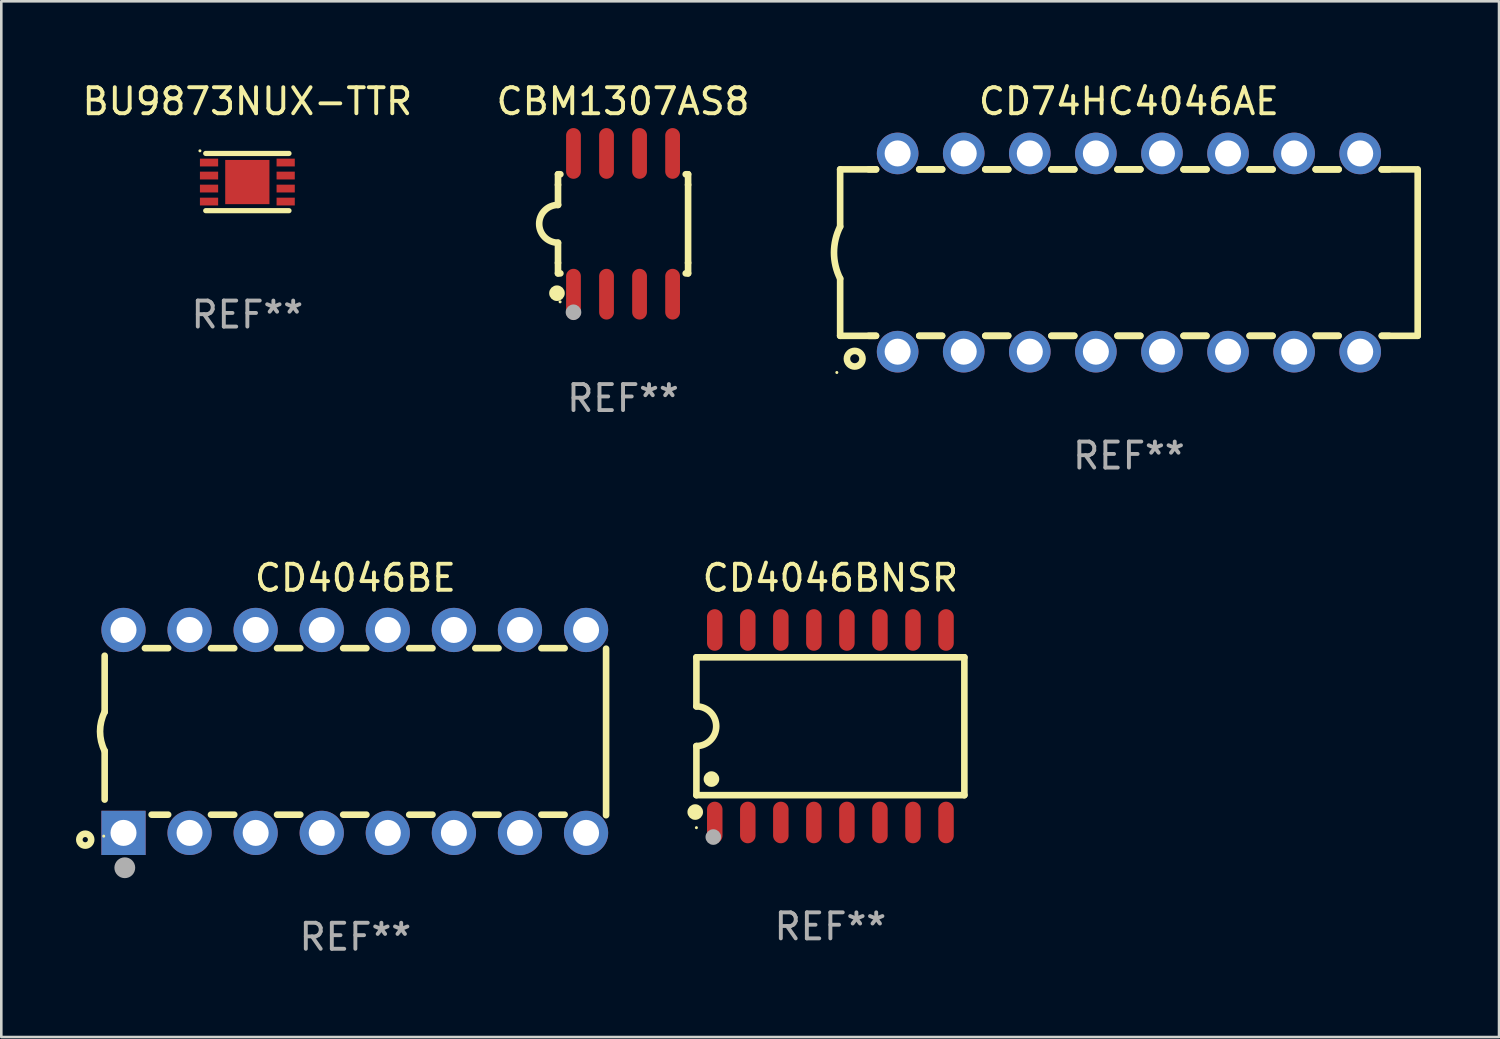
<source format=kicad_pcb>
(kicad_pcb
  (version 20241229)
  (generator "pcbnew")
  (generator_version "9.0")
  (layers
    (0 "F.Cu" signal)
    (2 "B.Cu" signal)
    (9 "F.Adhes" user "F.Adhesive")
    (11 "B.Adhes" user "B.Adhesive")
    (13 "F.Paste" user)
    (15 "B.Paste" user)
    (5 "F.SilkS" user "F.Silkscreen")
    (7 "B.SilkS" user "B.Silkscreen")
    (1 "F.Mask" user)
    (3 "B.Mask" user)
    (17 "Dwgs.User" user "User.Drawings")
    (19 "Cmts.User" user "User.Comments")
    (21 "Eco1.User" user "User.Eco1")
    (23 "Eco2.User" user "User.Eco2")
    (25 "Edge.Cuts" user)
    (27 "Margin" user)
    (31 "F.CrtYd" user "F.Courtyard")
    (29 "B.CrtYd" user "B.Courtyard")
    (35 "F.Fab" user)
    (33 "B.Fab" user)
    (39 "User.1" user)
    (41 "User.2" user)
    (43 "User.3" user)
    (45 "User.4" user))
  (footprint "CD4046BNSR"
    (layer "F.Cu")
    (at 28.869 24.865)
    (property "Reference" "CD4046BNSR" (at 0 -5.7 0) (layer "F.SilkS") (effects (font (size 1 1) (thickness 0.15))))
    (attr through_hole)
    (fp_line (start -5.15 -2.65) (end -5.15 -0.762) (stroke (width 0.254) (type solid)) (layer "F.SilkS"))
    (fp_line (start -5.15 -2.65) (end 5.15 -2.65) (stroke (width 0.254) (type solid)) (layer "F.SilkS"))
    (fp_line (start -5.15 2.65) (end -5.15 0.762) (stroke (width 0.254) (type solid)) (layer "F.SilkS"))
    (fp_line (start 5.15 -2.65) (end 5.15 2.65) (stroke (width 0.254) (type solid)) (layer "F.SilkS"))
    (fp_line (start 5.15 2.65) (end -5.15 2.65) (stroke (width 0.254) (type solid)) (layer "F.SilkS"))
    (fp_arc (start -5.151131 -0.762003) (mid -4.389128 -0.000559) (end -5.150013 0.762002) (stroke (width 0.254001) (type solid)) (layer "F.SilkS"))
    (fp_circle (center -5.195 3.299) (end -5.045 3.299) (stroke (width 0.3) (type solid)) (fill no) (layer "F.SilkS"))
    (fp_circle (center -5.15 3.9) (end -5.12 3.9) (stroke (width 0.06) (type solid)) (fill no) (layer "F.SilkS"))
    (fp_circle (center -4.572 2.032) (end -4.422 2.032) (stroke (width 0.3) (type solid)) (fill no) (layer "F.SilkS"))
    (fp_circle (center -4.5 4.26) (end -4.35 4.26) (stroke (width 0.3) (type solid)) (fill no) (layer "F.Fab"))
    (fp_text user "REF**" (at 0 7.7 0) (layer "F.Fab") (effects (font (size 1 1) (thickness 0.15))))
    (pad "1" smd oval (at -4.445 3.7) (size 0.595 1.598) (layers "F.Cu" "F.Mask" "F.Paste"))
    (pad "2" smd oval (at -3.175 3.7) (size 0.595 1.598) (layers "F.Cu" "F.Mask" "F.Paste"))
    (pad "3" smd oval (at -1.905 3.7) (size 0.595 1.598) (layers "F.Cu" "F.Mask" "F.Paste"))
    (pad "4" smd oval (at -0.635 3.7) (size 0.595 1.598) (layers "F.Cu" "F.Mask" "F.Paste"))
    (pad "5" smd oval (at 0.635 3.7) (size 0.595 1.598) (layers "F.Cu" "F.Mask" "F.Paste"))
    (pad "6" smd oval (at 1.905 3.7) (size 0.595 1.598) (layers "F.Cu" "F.Mask" "F.Paste"))
    (pad "7" smd oval (at 3.175 3.7) (size 0.595 1.598) (layers "F.Cu" "F.Mask" "F.Paste"))
    (pad "8" smd oval (at 4.445 3.7) (size 0.595 1.598) (layers "F.Cu" "F.Mask" "F.Paste"))
    (pad "9" smd oval (at 4.445 -3.7) (size 0.595 1.598) (layers "F.Cu" "F.Mask" "F.Paste"))
    (pad "10" smd oval (at 3.175 -3.7) (size 0.595 1.598) (layers "F.Cu" "F.Mask" "F.Paste"))
    (pad "11" smd oval (at 1.905 -3.7) (size 0.595 1.598) (layers "F.Cu" "F.Mask" "F.Paste"))
    (pad "12" smd oval (at 0.635 -3.7) (size 0.595 1.598) (layers "F.Cu" "F.Mask" "F.Paste"))
    (pad "13" smd oval (at -0.635 -3.7) (size 0.595 1.598) (layers "F.Cu" "F.Mask" "F.Paste"))
    (pad "14" smd oval (at -1.905 -3.7) (size 0.595 1.598) (layers "F.Cu" "F.Mask" "F.Paste"))
    (pad "15" smd oval (at -3.175 -3.7) (size 0.595 1.598) (layers "F.Cu" "F.Mask" "F.Paste"))
    (pad "16" smd oval (at -4.445 -3.7) (size 0.595 1.598) (layers "F.Cu" "F.Mask" "F.Paste")))
  (footprint "CD4046BE"
    (layer "F.Cu")
    (at 10.61 25.065)
    (property "Reference" "CD4046BE" (at 0 -5.9 0) (layer "F.SilkS") (effects (font (size 1 1) (thickness 0.15))))
    (attr through_hole)
    (fp_line (start -9.637 -0.749) (end -9.637 -2.91) (stroke (width 0.254) (type solid)) (layer "F.SilkS"))
    (fp_line (start -9.637 0.749) (end -9.637 2.62) (stroke (width 0.254) (type solid)) (layer "F.SilkS"))
    (fp_line (start -8.09 -3.2) (end -7.196 -3.2) (stroke (width 0.254) (type solid)) (layer "F.SilkS"))
    (fp_line (start -7.832 3.2) (end -7.196 3.2) (stroke (width 0.254) (type solid)) (layer "F.SilkS"))
    (fp_line (start -5.55 3.2) (end -4.656 3.2) (stroke (width 0.254) (type solid)) (layer "F.SilkS"))
    (fp_line (start -5.55 -3.2) (end -4.656 -3.2) (stroke (width 0.254) (type solid)) (layer "F.SilkS"))
    (fp_line (start -3.01 3.2) (end -2.116 3.2) (stroke (width 0.254) (type solid)) (layer "F.SilkS"))
    (fp_line (start -3.01 -3.2) (end -2.116 -3.2) (stroke (width 0.254) (type solid)) (layer "F.SilkS"))
    (fp_line (start -0.47 3.2) (end 0.424 3.2) (stroke (width 0.254) (type solid)) (layer "F.SilkS"))
    (fp_line (start -0.47 -3.2) (end 0.424 -3.2) (stroke (width 0.254) (type solid)) (layer "F.SilkS"))
    (fp_line (start 2.07 3.2) (end 2.964 3.2) (stroke (width 0.254) (type solid)) (layer "F.SilkS"))
    (fp_line (start 2.07 -3.2) (end 2.964 -3.2) (stroke (width 0.254) (type solid)) (layer "F.SilkS"))
    (fp_line (start 4.61 3.2) (end 5.504 3.2) (stroke (width 0.254) (type solid)) (layer "F.SilkS"))
    (fp_line (start 4.611 -3.2) (end 5.504 -3.2) (stroke (width 0.254) (type solid)) (layer "F.SilkS"))
    (fp_line (start 7.15 3.2) (end 8.044 3.2) (stroke (width 0.254) (type solid)) (layer "F.SilkS"))
    (fp_line (start 7.151 -3.2) (end 8.044 -3.2) (stroke (width 0.254) (type solid)) (layer "F.SilkS"))
    (fp_line (start 9.637 -3.18) (end 9.637 3.22) (stroke (width 0.254) (type solid)) (layer "F.SilkS"))
    (fp_arc (start -9.637326 0.749403) (mid -9.814244 0.000003) (end -9.637351 -0.749403) (stroke (width 0.254001) (type solid)) (layer "F.SilkS"))
    (fp_circle (center -10.383 4.16) (end -10.282 4.16) (stroke (width 0.254) (type solid)) (fill no) (layer "F.SilkS"))
    (fp_circle (center -9.673 4.025) (end -9.643 4.025) (stroke (width 0.06) (type solid)) (fill no) (layer "F.SilkS"))
    (fp_circle (center -8.863 5.24) (end -8.663 5.24) (stroke (width 0.4) (type solid)) (fill no) (layer "F.Fab"))
    (fp_text user "REF**" (at 0 7.9 0) (layer "F.Fab") (effects (font (size 1 1) (thickness 0.15))))
    (pad "1" thru_hole rect (at -8.913 3.9) (size 1.7 1.7) (drill 1) (layers "*.Cu" "*.Mask"))
    (pad "2" thru_hole circle (at -6.373 3.9) (size 1.7 1.7) (drill 1) (layers "*.Cu" "*.Mask"))
    (pad "3" thru_hole circle (at -3.833 3.9) (size 1.7 1.7) (drill 1) (layers "*.Cu" "*.Mask"))
    (pad "4" thru_hole circle (at -1.293 3.9) (size 1.7 1.7) (drill 1) (layers "*.Cu" "*.Mask"))
    (pad "5" thru_hole circle (at 1.247 3.9) (size 1.7 1.7) (drill 1) (layers "*.Cu" "*.Mask"))
    (pad "6" thru_hole circle (at 3.787 3.9) (size 1.7 1.7) (drill 1) (layers "*.Cu" "*.Mask"))
    (pad "7" thru_hole circle (at 6.327 3.9) (size 1.7 1.7) (drill 1) (layers "*.Cu" "*.Mask"))
    (pad "8" thru_hole circle (at 8.867 3.9) (size 1.7 1.7) (drill 1) (layers "*.Cu" "*.Mask"))
    (pad "9" thru_hole circle (at 8.867 -3.9) (size 1.7 1.7) (drill 1) (layers "*.Cu" "*.Mask"))
    (pad "10" thru_hole circle (at 6.327 -3.9) (size 1.7 1.7) (drill 1) (layers "*.Cu" "*.Mask"))
    (pad "11" thru_hole circle (at 3.787 -3.9) (size 1.7 1.7) (drill 1) (layers "*.Cu" "*.Mask"))
    (pad "12" thru_hole circle (at 1.247 -3.9) (size 1.7 1.7) (drill 1) (layers "*.Cu" "*.Mask"))
    (pad "13" thru_hole circle (at -1.293 -3.9) (size 1.7 1.7) (drill 1) (layers "*.Cu" "*.Mask"))
    (pad "14" thru_hole circle (at -3.833 -3.9) (size 1.7 1.7) (drill 1) (layers "*.Cu" "*.Mask"))
    (pad "15" thru_hole circle (at -6.373 -3.9) (size 1.7 1.7) (drill 1) (layers "*.Cu" "*.Mask"))
    (pad "16" thru_hole circle (at -8.913 -3.9) (size 1.7 1.7) (drill 1) (layers "*.Cu" "*.Mask")))
  (footprint "CBM1307AS8"
    (layer "F.Cu")
    (at 20.899 5.553)
    (property "Reference" "CBM1307AS8" (at 0 -4.705 0) (layer "F.SilkS") (effects (font (size 1 1) (thickness 0.15))))
    (attr through_hole)
    (fp_line (start -2.5 -1.905) (end -2.409 -1.905) (stroke (width 0.254) (type solid)) (layer "F.SilkS"))
    (fp_line (start -2.5 -1.5) (end -2.5 -1.905) (stroke (width 0.254) (type solid)) (layer "F.SilkS"))
    (fp_line (start -2.5 -1.5) (end -2.5 -0.726) (stroke (width 0.254) (type solid)) (layer "F.SilkS"))
    (fp_line (start -2.5 1.5) (end -2.5 0.727) (stroke (width 0.254) (type solid)) (layer "F.SilkS"))
    (fp_line (start -2.5 1.5) (end -2.5 1.905) (stroke (width 0.254) (type solid)) (layer "F.SilkS"))
    (fp_line (start -2.5 1.905) (end -2.409 1.905) (stroke (width 0.254) (type solid)) (layer "F.SilkS"))
    (fp_line (start 2.5 -1.905) (end 2.409 -1.905) (stroke (width 0.254) (type solid)) (layer "F.SilkS"))
    (fp_line (start 2.5 -1.5) (end 2.5 -1.905) (stroke (width 0.254) (type solid)) (layer "F.SilkS"))
    (fp_line (start 2.5 -1.5) (end 2.5 1.5) (stroke (width 0.254) (type solid)) (layer "F.SilkS"))
    (fp_line (start 2.5 1.5) (end 2.5 1.905) (stroke (width 0.254) (type solid)) (layer "F.SilkS"))
    (fp_line (start 2.5 1.905) (end 2.409 1.905) (stroke (width 0.254) (type solid)) (layer "F.SilkS"))
    (fp_arc (start -2.5 0.726568) (mid -3.220316 -0.0023) (end -2.495097 -0.726289) (stroke (width 0.254001) (type solid)) (layer "F.SilkS"))
    (fp_circle (center -2.54 2.667) (end -2.39 2.667) (stroke (width 0.3) (type solid)) (fill no) (layer "F.SilkS"))
    (fp_circle (center -2.42 3) (end -2.39 3) (stroke (width 0.06) (type solid)) (fill no) (layer "F.SilkS"))
    (fp_circle (center -1.905 3.4) (end -1.755 3.4) (stroke (width 0.3) (type solid)) (fill no) (layer "F.Fab"))
    (fp_text user "REF**" (at 0 6.705 0) (layer "F.Fab") (effects (font (size 1 1) (thickness 0.15))))
    (pad "1" smd oval (at -1.905 2.705) (size 0.568 1.95) (layers "F.Cu" "F.Mask" "F.Paste"))
    (pad "2" smd oval (at -0.635 2.705) (size 0.568 1.95) (layers "F.Cu" "F.Mask" "F.Paste"))
    (pad "3" smd oval (at 0.635 2.705) (size 0.568 1.95) (layers "F.Cu" "F.Mask" "F.Paste"))
    (pad "4" smd oval (at 1.905 2.705) (size 0.568 1.95) (layers "F.Cu" "F.Mask" "F.Paste"))
    (pad "5" smd oval (at 1.905 -2.705) (size 0.568 1.95) (layers "F.Cu" "F.Mask" "F.Paste"))
    (pad "6" smd oval (at 0.635 -2.705) (size 0.568 1.95) (layers "F.Cu" "F.Mask" "F.Paste"))
    (pad "7" smd oval (at -0.635 -2.705) (size 0.568 1.95) (layers "F.Cu" "F.Mask" "F.Paste"))
    (pad "8" smd oval (at -1.905 -2.705) (size 0.568 1.95) (layers "F.Cu" "F.Mask" "F.Paste")))
  (footprint "CD74HC4046AE"
    (layer "F.Cu")
    (at 40.344 6.658)
    (property "Reference" "CD74HC4046AE" (at 0 -5.81 0) (layer "F.SilkS") (effects (font (size 1 1) (thickness 0.15))))
    (attr through_hole)
    (fp_line (start -11.1 -3.198) (end -9.719 -3.198) (stroke (width 0.254) (type solid)) (layer "F.SilkS"))
    (fp_line (start -11.1 -0.998) (end -11.1 -3.198) (stroke (width 0.254) (type solid)) (layer "F.SilkS"))
    (fp_line (start -11.1 3.2) (end -11.1 1) (stroke (width 0.254) (type solid)) (layer "F.SilkS"))
    (fp_line (start -11.1 3.2) (end -9.721 3.2) (stroke (width 0.254) (type solid)) (layer "F.SilkS"))
    (fp_line (start -10 -3.198) (end -9.719 -3.198) (stroke (width 0.254) (type solid)) (layer "F.SilkS"))
    (fp_line (start -10 3.2) (end -9.721 3.2) (stroke (width 0.254) (type solid)) (layer "F.SilkS"))
    (fp_line (start -8.061 -3.198) (end -7.179 -3.198) (stroke (width 0.254) (type solid)) (layer "F.SilkS"))
    (fp_line (start -8.061 -3.198) (end -7.179 -3.198) (stroke (width 0.254) (type solid)) (layer "F.SilkS"))
    (fp_line (start -8.059 3.2) (end -7.181 3.2) (stroke (width 0.254) (type solid)) (layer "F.SilkS"))
    (fp_line (start -8.059 3.2) (end -7.181 3.2) (stroke (width 0.254) (type solid)) (layer "F.SilkS"))
    (fp_line (start -5.521 -3.198) (end -4.639 -3.198) (stroke (width 0.254) (type solid)) (layer "F.SilkS"))
    (fp_line (start -5.521 -3.198) (end -4.639 -3.198) (stroke (width 0.254) (type solid)) (layer "F.SilkS"))
    (fp_line (start -5.519 3.2) (end -4.641 3.2) (stroke (width 0.254) (type solid)) (layer "F.SilkS"))
    (fp_line (start -5.519 3.2) (end -4.641 3.2) (stroke (width 0.254) (type solid)) (layer "F.SilkS"))
    (fp_line (start -2.981 -3.198) (end -2.099 -3.198) (stroke (width 0.254) (type solid)) (layer "F.SilkS"))
    (fp_line (start -2.981 -3.198) (end -2.099 -3.198) (stroke (width 0.254) (type solid)) (layer "F.SilkS"))
    (fp_line (start -2.979 3.2) (end -2.101 3.2) (stroke (width 0.254) (type solid)) (layer "F.SilkS"))
    (fp_line (start -2.979 3.2) (end -2.101 3.2) (stroke (width 0.254) (type solid)) (layer "F.SilkS"))
    (fp_line (start -0.441 -3.198) (end 0.441 -3.198) (stroke (width 0.254) (type solid)) (layer "F.SilkS"))
    (fp_line (start -0.441 -3.198) (end 0.441 -3.198) (stroke (width 0.254) (type solid)) (layer "F.SilkS"))
    (fp_line (start -0.439 3.2) (end 0.439 3.2) (stroke (width 0.254) (type solid)) (layer "F.SilkS"))
    (fp_line (start -0.439 3.2) (end 0.439 3.2) (stroke (width 0.254) (type solid)) (layer "F.SilkS"))
    (fp_line (start 2.099 -3.198) (end 2.981 -3.198) (stroke (width 0.254) (type solid)) (layer "F.SilkS"))
    (fp_line (start 2.099 -3.198) (end 2.981 -3.198) (stroke (width 0.254) (type solid)) (layer "F.SilkS"))
    (fp_line (start 2.101 3.2) (end 2.979 3.2) (stroke (width 0.254) (type solid)) (layer "F.SilkS"))
    (fp_line (start 2.101 3.2) (end 2.979 3.2) (stroke (width 0.254) (type solid)) (layer "F.SilkS"))
    (fp_line (start 4.639 -3.198) (end 5.521 -3.198) (stroke (width 0.254) (type solid)) (layer "F.SilkS"))
    (fp_line (start 4.639 -3.198) (end 5.521 -3.198) (stroke (width 0.254) (type solid)) (layer "F.SilkS"))
    (fp_line (start 4.641 3.2) (end 5.519 3.2) (stroke (width 0.254) (type solid)) (layer "F.SilkS"))
    (fp_line (start 4.641 3.2) (end 5.519 3.2) (stroke (width 0.254) (type solid)) (layer "F.SilkS"))
    (fp_line (start 7.179 -3.198) (end 8.061 -3.198) (stroke (width 0.254) (type solid)) (layer "F.SilkS"))
    (fp_line (start 7.179 -3.198) (end 8.061 -3.198) (stroke (width 0.254) (type solid)) (layer "F.SilkS"))
    (fp_line (start 7.181 3.2) (end 8.059 3.2) (stroke (width 0.254) (type solid)) (layer "F.SilkS"))
    (fp_line (start 7.181 3.2) (end 8.059 3.2) (stroke (width 0.254) (type solid)) (layer "F.SilkS"))
    (fp_line (start 9.719 -3.198) (end 10 -3.198) (stroke (width 0.254) (type solid)) (layer "F.SilkS"))
    (fp_line (start 9.719 -3.198) (end 11 -3.198) (stroke (width 0.254) (type solid)) (layer "F.SilkS"))
    (fp_line (start 9.721 3.2) (end 11.1 3.2) (stroke (width 0.254) (type solid)) (layer "F.SilkS"))
    (fp_line (start 9.721 3.2) (end 10 3.2) (stroke (width 0.254) (type solid)) (layer "F.SilkS"))
    (fp_line (start 11.1 3.2) (end 11.1 -3.2) (stroke (width 0.254) (type solid)) (layer "F.SilkS"))
    (fp_arc (start -11.099823 1.000762) (mid -11.335827 0.001303) (end -11.1 -0.998197) (stroke (width 0.254001) (type solid)) (layer "F.SilkS"))
    (fp_circle (center -11.227 4.61) (end -11.197 4.61) (stroke (width 0.06) (type solid)) (fill no) (layer "F.SilkS"))
    (fp_circle (center -10.54 4.08) (end -10.24 4.08) (stroke (width 0.254) (type solid)) (fill no) (layer "F.SilkS"))
    (fp_text user "REF**" (at 0 7.81 0) (layer "F.Fab") (effects (font (size 1 1) (thickness 0.15))))
    (pad "1" thru_hole circle (at -8.89 3.81) (size 1.6 1.6) (drill 1) (layers "*.Cu" "*.Mask"))
    (pad "2" thru_hole circle (at -6.35 3.81) (size 1.6 1.6) (drill 1) (layers "*.Cu" "*.Mask"))
    (pad "3" thru_hole circle (at -3.81 3.81) (size 1.6 1.6) (drill 1) (layers "*.Cu" "*.Mask"))
    (pad "4" thru_hole circle (at -1.27 3.81) (size 1.6 1.6) (drill 1) (layers "*.Cu" "*.Mask"))
    (pad "5" thru_hole circle (at 1.27 3.81) (size 1.6 1.6) (drill 1) (layers "*.Cu" "*.Mask"))
    (pad "6" thru_hole circle (at 3.81 3.81) (size 1.6 1.6) (drill 1) (layers "*.Cu" "*.Mask"))
    (pad "7" thru_hole circle (at 6.35 3.81) (size 1.6 1.6) (drill 1) (layers "*.Cu" "*.Mask"))
    (pad "8" thru_hole circle (at 8.89 3.81) (size 1.6 1.6) (drill 1) (layers "*.Cu" "*.Mask"))
    (pad "9" thru_hole circle (at 8.89 -3.81) (size 1.6 1.6) (drill 1) (layers "*.Cu" "*.Mask"))
    (pad "10" thru_hole circle (at 6.35 -3.81) (size 1.6 1.6) (drill 1) (layers "*.Cu" "*.Mask"))
    (pad "11" thru_hole circle (at 3.81 -3.81) (size 1.6 1.6) (drill 1) (layers "*.Cu" "*.Mask"))
    (pad "12" thru_hole circle (at 1.27 -3.81) (size 1.6 1.6) (drill 1) (layers "*.Cu" "*.Mask"))
    (pad "13" thru_hole circle (at -1.27 -3.81) (size 1.6 1.6) (drill 1) (layers "*.Cu" "*.Mask"))
    (pad "14" thru_hole circle (at -3.81 -3.81) (size 1.6 1.6) (drill 1) (layers "*.Cu" "*.Mask"))
    (pad "15" thru_hole circle (at -6.35 -3.81) (size 1.6 1.6) (drill 1) (layers "*.Cu" "*.Mask"))
    (pad "16" thru_hole circle (at -8.89 -3.81) (size 1.6 1.6) (drill 1) (layers "*.Cu" "*.Mask")))
  (footprint "BU9873NUX-TTR"
    (layer "F.Cu")
    (at 6.458 3.948)
    (property "Reference" "BU9873NUX-TTR" (at 0 -3.1 0) (layer "F.SilkS") (effects (font (size 1 1) (thickness 0.15))))
    (attr through_hole)
    (fp_line (start -1.6 -1.1) (end 1.6 -1.1) (stroke (width 0.2) (type solid)) (layer "F.SilkS"))
    (fp_line (start -1.6 1.1) (end 1.6 1.1) (stroke (width 0.2) (type solid)) (layer "F.SilkS"))
    (fp_circle (center -1.823 -1.2) (end -1.793 -1.2) (stroke (width 0.06) (type solid)) (fill no) (layer "F.SilkS"))
    (fp_text user "REF**" (at 0 5.1 0) (layer "F.Fab") (effects (font (size 1 1) (thickness 0.15))))
    (pad "1" smd rect (at -1.473 -0.75) (size 0.7 0.3) (layers "F.Cu" "F.Mask" "F.Paste"))
    (pad "2" smd rect (at -1.473 -0.25) (size 0.7 0.3) (layers "F.Cu" "F.Mask" "F.Paste"))
    (pad "3" smd rect (at -1.473 0.25) (size 0.7 0.3) (layers "F.Cu" "F.Mask" "F.Paste"))
    (pad "4" smd rect (at -1.473 0.75) (size 0.7 0.3) (layers "F.Cu" "F.Mask" "F.Paste"))
    (pad "5" smd rect (at 1.473 0.75) (size 0.7 0.3) (layers "F.Cu" "F.Mask" "F.Paste"))
    (pad "6" smd rect (at 1.473 0.25) (size 0.7 0.3) (layers "F.Cu" "F.Mask" "F.Paste"))
    (pad "7" smd rect (at 1.473 -0.25) (size 0.7 0.3) (layers "F.Cu" "F.Mask" "F.Paste"))
    (pad "8" smd rect (at 1.473 -0.75) (size 0.7 0.3) (layers "F.Cu" "F.Mask" "F.Paste"))
    (pad "9" smd rect (at -0.001 -0.000254) (size 1.7 1.7) (layers "F.Cu" "F.Mask" "F.Paste")))
  (gr_rect
    (start -3 -3)
    (end 54.571 36.813)
    (stroke (width 0.1) (type default))
    (fill no)
    (layer "Edge.Cuts")))
</source>
